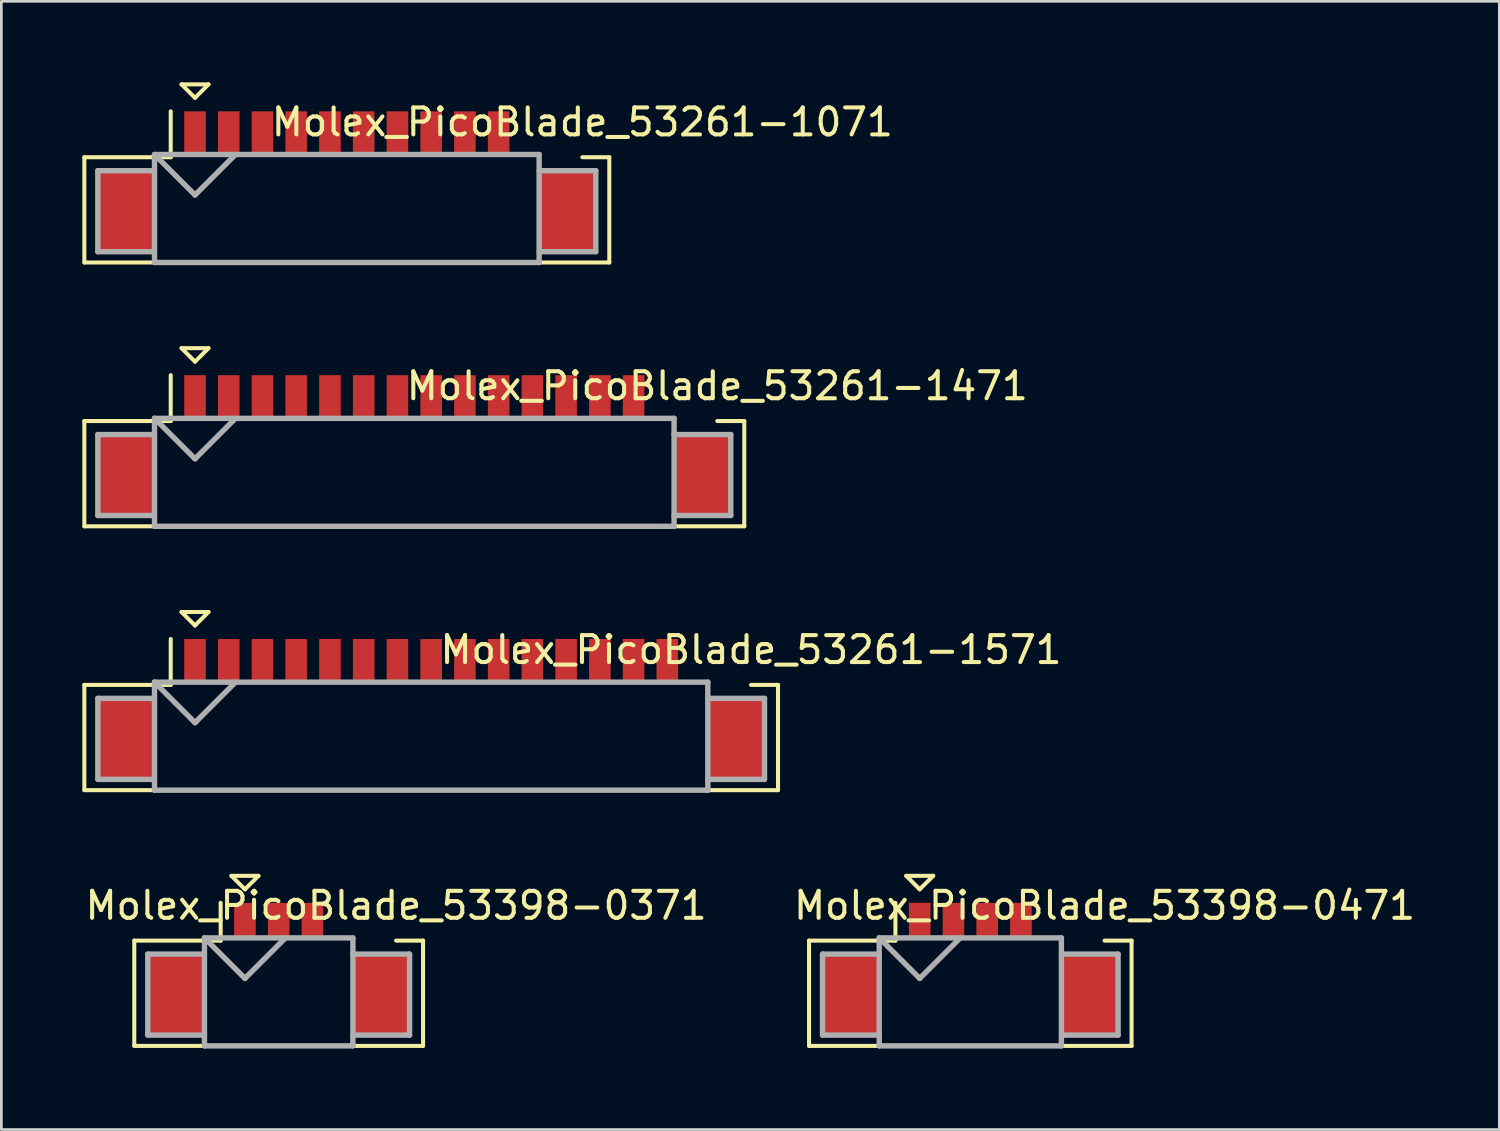
<source format=kicad_pcb>
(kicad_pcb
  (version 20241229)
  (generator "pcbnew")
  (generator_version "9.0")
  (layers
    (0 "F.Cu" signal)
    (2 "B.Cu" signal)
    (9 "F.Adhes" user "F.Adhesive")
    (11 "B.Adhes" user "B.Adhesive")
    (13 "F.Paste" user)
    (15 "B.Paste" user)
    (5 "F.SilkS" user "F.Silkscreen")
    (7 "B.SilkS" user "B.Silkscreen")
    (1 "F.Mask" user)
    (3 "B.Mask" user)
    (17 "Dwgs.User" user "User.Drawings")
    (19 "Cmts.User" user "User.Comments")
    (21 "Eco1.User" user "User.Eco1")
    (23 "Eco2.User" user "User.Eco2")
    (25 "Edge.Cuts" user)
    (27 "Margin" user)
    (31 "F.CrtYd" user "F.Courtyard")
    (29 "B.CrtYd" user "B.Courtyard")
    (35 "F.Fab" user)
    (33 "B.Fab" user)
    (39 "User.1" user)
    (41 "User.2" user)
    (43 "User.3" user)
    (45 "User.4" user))
  (footprint "Molex_PicoBlade_53261-1571"
    (layer "F.Cu")
    (at 12.925 24.325)
    (property "Reference" "Molex_PicoBlade_53261-1571" (at 11.85 -3.3 0) (layer "F.SilkS") (effects (font (size 1 1) (thickness 0.15))))
    (attr smd)
    (fp_line (start -12.85 -2) (end -12.85 1.9) (stroke (width 0.15) (type solid)) (layer "F.SilkS"))
    (fp_line (start -12.85 1.9) (end 12.85 1.9) (stroke (width 0.15) (type solid)) (layer "F.SilkS"))
    (fp_line (start -9.65 -3.7) (end -9.65 -2) (stroke (width 0.15) (type solid)) (layer "F.SilkS"))
    (fp_line (start -9.65 -2) (end -12.85 -2) (stroke (width 0.15) (type solid)) (layer "F.SilkS"))
    (fp_line (start -9.25 -4.7) (end -8.25 -4.7) (stroke (width 0.15) (type solid)) (layer "F.SilkS"))
    (fp_line (start -8.75 -4.2) (end -9.25 -4.7) (stroke (width 0.15) (type solid)) (layer "F.SilkS"))
    (fp_line (start -8.25 -4.7) (end -8.75 -4.2) (stroke (width 0.15) (type solid)) (layer "F.SilkS"))
    (fp_line (start 12.85 -2) (end 11.85 -2) (stroke (width 0.15) (type solid)) (layer "F.SilkS"))
    (fp_line (start 12.85 1.9) (end 12.85 -2) (stroke (width 0.15) (type solid)) (layer "F.SilkS"))
    (fp_line (start -12.35 -1.5) (end -12.35 1.5) (stroke (width 0.2) (type solid)) (layer "F.Fab"))
    (fp_line (start -12.35 1.5) (end -10.25 1.5) (stroke (width 0.2) (type solid)) (layer "F.Fab"))
    (fp_line (start -10.25 -2.1) (end -10.25 1.9) (stroke (width 0.2) (type solid)) (layer "F.Fab"))
    (fp_line (start -10.25 -2.1) (end -8.75 -0.6) (stroke (width 0.2) (type solid)) (layer "F.Fab"))
    (fp_line (start -10.25 -1.5) (end -12.35 -1.5) (stroke (width 0.2) (type solid)) (layer "F.Fab"))
    (fp_line (start -10.25 1.9) (end 10.25 1.9) (stroke (width 0.2) (type solid)) (layer "F.Fab"))
    (fp_line (start -8.75 -0.6) (end -7.25 -2.1) (stroke (width 0.2) (type solid)) (layer "F.Fab"))
    (fp_line (start 10.25 -2.1) (end -10.25 -2.1) (stroke (width 0.2) (type solid)) (layer "F.Fab"))
    (fp_line (start 10.25 -1.5) (end 12.35 -1.5) (stroke (width 0.2) (type solid)) (layer "F.Fab"))
    (fp_line (start 10.25 1.9) (end 10.25 -2.1) (stroke (width 0.2) (type solid)) (layer "F.Fab"))
    (fp_line (start 12.35 -1.5) (end 12.35 1.5) (stroke (width 0.2) (type solid)) (layer "F.Fab"))
    (fp_line (start 12.35 1.5) (end 10.25 1.5) (stroke (width 0.2) (type solid)) (layer "F.Fab"))
    (pad "" smd rect (at -11.3 0) (size 2.1 3) (layers "F.Cu" "F.Mask" "F.Paste"))
    (pad "" smd rect (at 11.3 0) (size 2.1 3) (layers "F.Cu" "F.Mask" "F.Paste"))
    (pad "1" smd rect (at -8.75 -2.9) (size 0.8 1.6) (layers "F.Cu" "F.Mask" "F.Paste"))
    (pad "2" smd rect (at -7.5 -2.9) (size 0.8 1.6) (layers "F.Cu" "F.Mask" "F.Paste"))
    (pad "3" smd rect (at -6.25 -2.9) (size 0.8 1.6) (layers "F.Cu" "F.Mask" "F.Paste"))
    (pad "4" smd rect (at -5 -2.9) (size 0.8 1.6) (layers "F.Cu" "F.Mask" "F.Paste"))
    (pad "5" smd rect (at -3.75 -2.9) (size 0.8 1.6) (layers "F.Cu" "F.Mask" "F.Paste"))
    (pad "6" smd rect (at -2.5 -2.9) (size 0.8 1.6) (layers "F.Cu" "F.Mask" "F.Paste"))
    (pad "7" smd rect (at -1.25 -2.9) (size 0.8 1.6) (layers "F.Cu" "F.Mask" "F.Paste"))
    (pad "8" smd rect (at 0 -2.9) (size 0.8 1.6) (layers "F.Cu" "F.Mask" "F.Paste"))
    (pad "9" smd rect (at 1.25 -2.9) (size 0.8 1.6) (layers "F.Cu" "F.Mask" "F.Paste"))
    (pad "10" smd rect (at 2.5 -2.9) (size 0.8 1.6) (layers "F.Cu" "F.Mask" "F.Paste"))
    (pad "11" smd rect (at 3.75 -2.9) (size 0.8 1.6) (layers "F.Cu" "F.Mask" "F.Paste"))
    (pad "12" smd rect (at 5 -2.9) (size 0.8 1.6) (layers "F.Cu" "F.Mask" "F.Paste"))
    (pad "13" smd rect (at 6.25 -2.9) (size 0.8 1.6) (layers "F.Cu" "F.Mask" "F.Paste"))
    (pad "14" smd rect (at 7.5 -2.9) (size 0.8 1.6) (layers "F.Cu" "F.Mask" "F.Paste"))
    (pad "15" smd rect (at 8.75 -2.9) (size 0.8 1.6) (layers "F.Cu" "F.Mask" "F.Paste")))
  (footprint "Molex_PicoBlade_53398-0471"
    (layer "F.Cu")
    (at 32.9 33.8)
    (property "Reference" "Molex_PicoBlade_53398-0471" (at 4.975 -3.3 0) (layer "F.SilkS") (effects (font (size 1 1) (thickness 0.15))))
    (attr smd)
    (fp_line (start -5.975 -2) (end -5.975 1.9) (stroke (width 0.15) (type solid)) (layer "F.SilkS"))
    (fp_line (start -5.975 1.9) (end 5.975 1.9) (stroke (width 0.15) (type solid)) (layer "F.SilkS"))
    (fp_line (start -2.775 -3.4) (end -2.775 -2) (stroke (width 0.15) (type solid)) (layer "F.SilkS"))
    (fp_line (start -2.775 -2) (end -5.975 -2) (stroke (width 0.15) (type solid)) (layer "F.SilkS"))
    (fp_line (start -2.375 -4.4) (end -1.375 -4.4) (stroke (width 0.15) (type solid)) (layer "F.SilkS"))
    (fp_line (start -1.875 -3.9) (end -2.375 -4.4) (stroke (width 0.15) (type solid)) (layer "F.SilkS"))
    (fp_line (start -1.375 -4.4) (end -1.875 -3.9) (stroke (width 0.15) (type solid)) (layer "F.SilkS"))
    (fp_line (start 5.975 -2) (end 4.975 -2) (stroke (width 0.15) (type solid)) (layer "F.SilkS"))
    (fp_line (start 5.975 1.9) (end 5.975 -2) (stroke (width 0.15) (type solid)) (layer "F.SilkS"))
    (fp_line (start -5.475 -1.5) (end -5.475 1.5) (stroke (width 0.2) (type solid)) (layer "F.Fab"))
    (fp_line (start -5.475 1.5) (end -3.375 1.5) (stroke (width 0.2) (type solid)) (layer "F.Fab"))
    (fp_line (start -3.375 -2.1) (end -3.375 1.9) (stroke (width 0.2) (type solid)) (layer "F.Fab"))
    (fp_line (start -3.375 -2.1) (end -1.875 -0.6) (stroke (width 0.2) (type solid)) (layer "F.Fab"))
    (fp_line (start -3.375 -1.5) (end -5.475 -1.5) (stroke (width 0.2) (type solid)) (layer "F.Fab"))
    (fp_line (start -3.375 1.9) (end 3.375 1.9) (stroke (width 0.2) (type solid)) (layer "F.Fab"))
    (fp_line (start -1.875 -0.6) (end -0.375 -2.1) (stroke (width 0.2) (type solid)) (layer "F.Fab"))
    (fp_line (start 3.375 -2.1) (end -3.375 -2.1) (stroke (width 0.2) (type solid)) (layer "F.Fab"))
    (fp_line (start 3.375 -1.5) (end 5.475 -1.5) (stroke (width 0.2) (type solid)) (layer "F.Fab"))
    (fp_line (start 3.375 1.9) (end 3.375 -2.1) (stroke (width 0.2) (type solid)) (layer "F.Fab"))
    (fp_line (start 5.475 -1.5) (end 5.475 1.5) (stroke (width 0.2) (type solid)) (layer "F.Fab"))
    (fp_line (start 5.475 1.5) (end 3.375 1.5) (stroke (width 0.2) (type solid)) (layer "F.Fab"))
    (pad "" smd rect (at -4.425 0) (size 2.1 3) (layers "F.Cu" "F.Mask" "F.Paste"))
    (pad "" smd rect (at 4.425 0) (size 2.1 3) (layers "F.Cu" "F.Mask" "F.Paste"))
    (pad "1" smd rect (at -1.875 -2.75) (size 0.8 1.3) (layers "F.Cu" "F.Mask" "F.Paste"))
    (pad "2" smd rect (at -0.625 -2.75) (size 0.8 1.3) (layers "F.Cu" "F.Mask" "F.Paste"))
    (pad "3" smd rect (at 0.625 -2.75) (size 0.8 1.3) (layers "F.Cu" "F.Mask" "F.Paste"))
    (pad "4" smd rect (at 1.875 -2.75) (size 0.8 1.3) (layers "F.Cu" "F.Mask" "F.Paste")))
  (footprint "Molex_PicoBlade_53398-0371"
    (layer "F.Cu")
    (at 7.275 33.8)
    (property "Reference" "Molex_PicoBlade_53398-0371" (at 4.35 -3.3 0) (layer "F.SilkS") (effects (font (size 1 1) (thickness 0.15))))
    (attr smd)
    (fp_line (start -5.35 -2) (end -5.35 1.9) (stroke (width 0.15) (type solid)) (layer "F.SilkS"))
    (fp_line (start -5.35 1.9) (end 5.35 1.9) (stroke (width 0.15) (type solid)) (layer "F.SilkS"))
    (fp_line (start -2.15 -3.4) (end -2.15 -2) (stroke (width 0.15) (type solid)) (layer "F.SilkS"))
    (fp_line (start -2.15 -2) (end -5.35 -2) (stroke (width 0.15) (type solid)) (layer "F.SilkS"))
    (fp_line (start -1.75 -4.4) (end -0.75 -4.4) (stroke (width 0.15) (type solid)) (layer "F.SilkS"))
    (fp_line (start -1.25 -3.9) (end -1.75 -4.4) (stroke (width 0.15) (type solid)) (layer "F.SilkS"))
    (fp_line (start -0.75 -4.4) (end -1.25 -3.9) (stroke (width 0.15) (type solid)) (layer "F.SilkS"))
    (fp_line (start 5.35 -2) (end 4.35 -2) (stroke (width 0.15) (type solid)) (layer "F.SilkS"))
    (fp_line (start 5.35 1.9) (end 5.35 -2) (stroke (width 0.15) (type solid)) (layer "F.SilkS"))
    (fp_line (start -4.85 -1.5) (end -4.85 1.5) (stroke (width 0.2) (type solid)) (layer "F.Fab"))
    (fp_line (start -4.85 1.5) (end -2.75 1.5) (stroke (width 0.2) (type solid)) (layer "F.Fab"))
    (fp_line (start -2.75 -2.1) (end -2.75 1.9) (stroke (width 0.2) (type solid)) (layer "F.Fab"))
    (fp_line (start -2.75 -2.1) (end -1.25 -0.6) (stroke (width 0.2) (type solid)) (layer "F.Fab"))
    (fp_line (start -2.75 -1.5) (end -4.85 -1.5) (stroke (width 0.2) (type solid)) (layer "F.Fab"))
    (fp_line (start -2.75 1.9) (end 2.75 1.9) (stroke (width 0.2) (type solid)) (layer "F.Fab"))
    (fp_line (start -1.25 -0.6) (end 0.25 -2.1) (stroke (width 0.2) (type solid)) (layer "F.Fab"))
    (fp_line (start 2.75 -2.1) (end -2.75 -2.1) (stroke (width 0.2) (type solid)) (layer "F.Fab"))
    (fp_line (start 2.75 -1.5) (end 4.85 -1.5) (stroke (width 0.2) (type solid)) (layer "F.Fab"))
    (fp_line (start 2.75 1.9) (end 2.75 -2.1) (stroke (width 0.2) (type solid)) (layer "F.Fab"))
    (fp_line (start 4.85 -1.5) (end 4.85 1.5) (stroke (width 0.2) (type solid)) (layer "F.Fab"))
    (fp_line (start 4.85 1.5) (end 2.75 1.5) (stroke (width 0.2) (type solid)) (layer "F.Fab"))
    (pad "" smd rect (at -3.8 0) (size 2.1 3) (layers "F.Cu" "F.Mask" "F.Paste"))
    (pad "" smd rect (at 3.8 0) (size 2.1 3) (layers "F.Cu" "F.Mask" "F.Paste"))
    (pad "1" smd rect (at -1.25 -2.75) (size 0.8 1.3) (layers "F.Cu" "F.Mask" "F.Paste"))
    (pad "2" smd rect (at 0 -2.75) (size 0.8 1.3) (layers "F.Cu" "F.Mask" "F.Paste"))
    (pad "3" smd rect (at 1.25 -2.75) (size 0.8 1.3) (layers "F.Cu" "F.Mask" "F.Paste")))
  (footprint "Molex_PicoBlade_53261-1471"
    (layer "F.Cu")
    (at 12.3 14.55)
    (property "Reference" "Molex_PicoBlade_53261-1471" (at 11.225 -3.3 0) (layer "F.SilkS") (effects (font (size 1 1) (thickness 0.15))))
    (attr smd)
    (fp_line (start -12.225 -2) (end -12.225 1.9) (stroke (width 0.15) (type solid)) (layer "F.SilkS"))
    (fp_line (start -12.225 1.9) (end 12.225 1.9) (stroke (width 0.15) (type solid)) (layer "F.SilkS"))
    (fp_line (start -9.025 -3.7) (end -9.025 -2) (stroke (width 0.15) (type solid)) (layer "F.SilkS"))
    (fp_line (start -9.025 -2) (end -12.225 -2) (stroke (width 0.15) (type solid)) (layer "F.SilkS"))
    (fp_line (start -8.625 -4.7) (end -7.625 -4.7) (stroke (width 0.15) (type solid)) (layer "F.SilkS"))
    (fp_line (start -8.125 -4.2) (end -8.625 -4.7) (stroke (width 0.15) (type solid)) (layer "F.SilkS"))
    (fp_line (start -7.625 -4.7) (end -8.125 -4.2) (stroke (width 0.15) (type solid)) (layer "F.SilkS"))
    (fp_line (start 12.225 -2) (end 11.225 -2) (stroke (width 0.15) (type solid)) (layer "F.SilkS"))
    (fp_line (start 12.225 1.9) (end 12.225 -2) (stroke (width 0.15) (type solid)) (layer "F.SilkS"))
    (fp_line (start -11.725 -1.5) (end -11.725 1.5) (stroke (width 0.2) (type solid)) (layer "F.Fab"))
    (fp_line (start -11.725 1.5) (end -9.625 1.5) (stroke (width 0.2) (type solid)) (layer "F.Fab"))
    (fp_line (start -9.625 -2.1) (end -9.625 1.9) (stroke (width 0.2) (type solid)) (layer "F.Fab"))
    (fp_line (start -9.625 -2.1) (end -8.125 -0.6) (stroke (width 0.2) (type solid)) (layer "F.Fab"))
    (fp_line (start -9.625 -1.5) (end -11.725 -1.5) (stroke (width 0.2) (type solid)) (layer "F.Fab"))
    (fp_line (start -9.625 1.9) (end 9.625 1.9) (stroke (width 0.2) (type solid)) (layer "F.Fab"))
    (fp_line (start -8.125 -0.6) (end -6.625 -2.1) (stroke (width 0.2) (type solid)) (layer "F.Fab"))
    (fp_line (start 9.625 -2.1) (end -9.625 -2.1) (stroke (width 0.2) (type solid)) (layer "F.Fab"))
    (fp_line (start 9.625 -1.5) (end 11.725 -1.5) (stroke (width 0.2) (type solid)) (layer "F.Fab"))
    (fp_line (start 9.625 1.9) (end 9.625 -2.1) (stroke (width 0.2) (type solid)) (layer "F.Fab"))
    (fp_line (start 11.725 -1.5) (end 11.725 1.5) (stroke (width 0.2) (type solid)) (layer "F.Fab"))
    (fp_line (start 11.725 1.5) (end 9.625 1.5) (stroke (width 0.2) (type solid)) (layer "F.Fab"))
    (pad "" smd rect (at -10.675 0) (size 2.1 3) (layers "F.Cu" "F.Mask" "F.Paste"))
    (pad "" smd rect (at 10.675 0) (size 2.1 3) (layers "F.Cu" "F.Mask" "F.Paste"))
    (pad "1" smd rect (at -8.125 -2.9) (size 0.8 1.6) (layers "F.Cu" "F.Mask" "F.Paste"))
    (pad "2" smd rect (at -6.875 -2.9) (size 0.8 1.6) (layers "F.Cu" "F.Mask" "F.Paste"))
    (pad "3" smd rect (at -5.625 -2.9) (size 0.8 1.6) (layers "F.Cu" "F.Mask" "F.Paste"))
    (pad "4" smd rect (at -4.375 -2.9) (size 0.8 1.6) (layers "F.Cu" "F.Mask" "F.Paste"))
    (pad "5" smd rect (at -3.125 -2.9) (size 0.8 1.6) (layers "F.Cu" "F.Mask" "F.Paste"))
    (pad "6" smd rect (at -1.875 -2.9) (size 0.8 1.6) (layers "F.Cu" "F.Mask" "F.Paste"))
    (pad "7" smd rect (at -0.625 -2.9) (size 0.8 1.6) (layers "F.Cu" "F.Mask" "F.Paste"))
    (pad "8" smd rect (at 0.625 -2.9) (size 0.8 1.6) (layers "F.Cu" "F.Mask" "F.Paste"))
    (pad "9" smd rect (at 1.875 -2.9) (size 0.8 1.6) (layers "F.Cu" "F.Mask" "F.Paste"))
    (pad "10" smd rect (at 3.125 -2.9) (size 0.8 1.6) (layers "F.Cu" "F.Mask" "F.Paste"))
    (pad "11" smd rect (at 4.375 -2.9) (size 0.8 1.6) (layers "F.Cu" "F.Mask" "F.Paste"))
    (pad "12" smd rect (at 5.625 -2.9) (size 0.8 1.6) (layers "F.Cu" "F.Mask" "F.Paste"))
    (pad "13" smd rect (at 6.875 -2.9) (size 0.8 1.6) (layers "F.Cu" "F.Mask" "F.Paste"))
    (pad "14" smd rect (at 8.125 -2.9) (size 0.8 1.6) (layers "F.Cu" "F.Mask" "F.Paste")))
  (footprint "Molex_PicoBlade_53261-1071"
    (layer "F.Cu")
    (at 9.8 4.775)
    (property "Reference" "Molex_PicoBlade_53261-1071" (at 8.725 -3.3 0) (layer "F.SilkS") (effects (font (size 1 1) (thickness 0.15))))
    (attr smd)
    (fp_line (start -9.725 -2) (end -9.725 1.9) (stroke (width 0.15) (type solid)) (layer "F.SilkS"))
    (fp_line (start -9.725 1.9) (end 9.725 1.9) (stroke (width 0.15) (type solid)) (layer "F.SilkS"))
    (fp_line (start -6.525 -3.7) (end -6.525 -2) (stroke (width 0.15) (type solid)) (layer "F.SilkS"))
    (fp_line (start -6.525 -2) (end -9.725 -2) (stroke (width 0.15) (type solid)) (layer "F.SilkS"))
    (fp_line (start -6.125 -4.7) (end -5.125 -4.7) (stroke (width 0.15) (type solid)) (layer "F.SilkS"))
    (fp_line (start -5.625 -4.2) (end -6.125 -4.7) (stroke (width 0.15) (type solid)) (layer "F.SilkS"))
    (fp_line (start -5.125 -4.7) (end -5.625 -4.2) (stroke (width 0.15) (type solid)) (layer "F.SilkS"))
    (fp_line (start 9.725 -2) (end 8.725 -2) (stroke (width 0.15) (type solid)) (layer "F.SilkS"))
    (fp_line (start 9.725 1.9) (end 9.725 -2) (stroke (width 0.15) (type solid)) (layer "F.SilkS"))
    (fp_line (start -9.225 -1.5) (end -9.225 1.5) (stroke (width 0.2) (type solid)) (layer "F.Fab"))
    (fp_line (start -9.225 1.5) (end -7.125 1.5) (stroke (width 0.2) (type solid)) (layer "F.Fab"))
    (fp_line (start -7.125 -2.1) (end -7.125 1.9) (stroke (width 0.2) (type solid)) (layer "F.Fab"))
    (fp_line (start -7.125 -2.1) (end -5.625 -0.6) (stroke (width 0.2) (type solid)) (layer "F.Fab"))
    (fp_line (start -7.125 -1.5) (end -9.225 -1.5) (stroke (width 0.2) (type solid)) (layer "F.Fab"))
    (fp_line (start -7.125 1.9) (end 7.125 1.9) (stroke (width 0.2) (type solid)) (layer "F.Fab"))
    (fp_line (start -5.625 -0.6) (end -4.125 -2.1) (stroke (width 0.2) (type solid)) (layer "F.Fab"))
    (fp_line (start 7.125 -2.1) (end -7.125 -2.1) (stroke (width 0.2) (type solid)) (layer "F.Fab"))
    (fp_line (start 7.125 -1.5) (end 9.225 -1.5) (stroke (width 0.2) (type solid)) (layer "F.Fab"))
    (fp_line (start 7.125 1.9) (end 7.125 -2.1) (stroke (width 0.2) (type solid)) (layer "F.Fab"))
    (fp_line (start 9.225 -1.5) (end 9.225 1.5) (stroke (width 0.2) (type solid)) (layer "F.Fab"))
    (fp_line (start 9.225 1.5) (end 7.125 1.5) (stroke (width 0.2) (type solid)) (layer "F.Fab"))
    (pad "" smd rect (at -8.175 0) (size 2.1 3) (layers "F.Cu" "F.Mask" "F.Paste"))
    (pad "" smd rect (at 8.175 0) (size 2.1 3) (layers "F.Cu" "F.Mask" "F.Paste"))
    (pad "1" smd rect (at -5.625 -2.9) (size 0.8 1.6) (layers "F.Cu" "F.Mask" "F.Paste"))
    (pad "2" smd rect (at -4.375 -2.9) (size 0.8 1.6) (layers "F.Cu" "F.Mask" "F.Paste"))
    (pad "3" smd rect (at -3.125 -2.9) (size 0.8 1.6) (layers "F.Cu" "F.Mask" "F.Paste"))
    (pad "4" smd rect (at -1.875 -2.9) (size 0.8 1.6) (layers "F.Cu" "F.Mask" "F.Paste"))
    (pad "5" smd rect (at -0.625 -2.9) (size 0.8 1.6) (layers "F.Cu" "F.Mask" "F.Paste"))
    (pad "6" smd rect (at 0.625 -2.9) (size 0.8 1.6) (layers "F.Cu" "F.Mask" "F.Paste"))
    (pad "7" smd rect (at 1.875 -2.9) (size 0.8 1.6) (layers "F.Cu" "F.Mask" "F.Paste"))
    (pad "8" smd rect (at 3.125 -2.9) (size 0.8 1.6) (layers "F.Cu" "F.Mask" "F.Paste"))
    (pad "9" smd rect (at 4.375 -2.9) (size 0.8 1.6) (layers "F.Cu" "F.Mask" "F.Paste"))
    (pad "10" smd rect (at 5.625 -2.9) (size 0.8 1.6) (layers "F.Cu" "F.Mask" "F.Paste")))
  (gr_rect
    (start -3 -3)
    (end 52.5 38.8)
    (stroke (width 0.1) (type default))
    (fill no)
    (layer "Edge.Cuts")))
</source>
